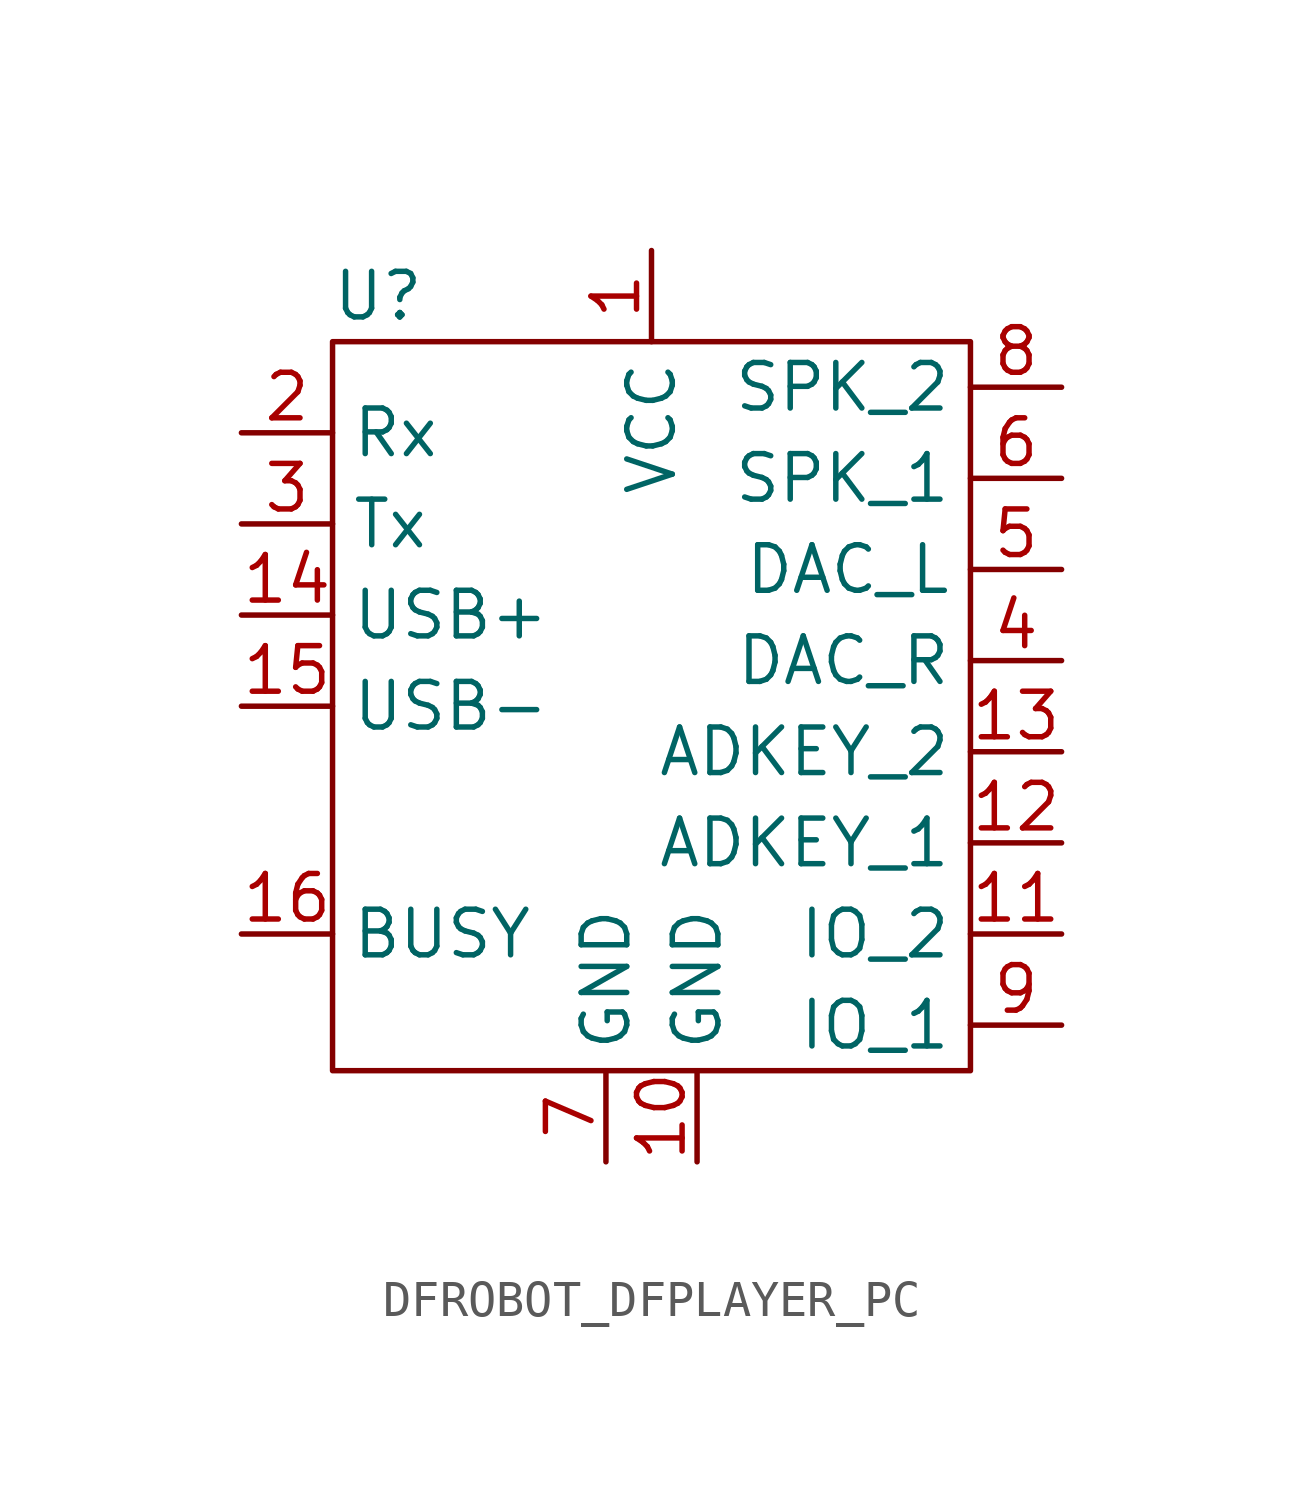
<source format=kicad_sym>
(kicad_symbol_lib
  (version 20220914)
  (generator kicad_symbol_editor)
  (symbol "DFROBOT_DFPLAYER_PC"
    (property "Reference" "U"
      (at -7.62 11.43 0)
      (effects (font (size 1.27 1.27))))
    (property "Value" ""
      (at 0.508 -12.7 0)
      (effects (font (size 1.27 1.27))))
    (symbol "DFROBOT_DFPLAYER_PC_1_1"
      (rectangle (start -8.89 10.16) (end 8.89 -10.16) (stroke (width 0) (type default)) (fill (type none)))
      (pin input line (at 0 12.7 270) (length 2.54) (name "VCC" (effects (font (size 1.27 1.27)))) (number "1" (effects (font (size 1.27 1.27)))))
      (pin input line (at 1.27 -12.7 90) (length 2.54) (name "GND" (effects (font (size 1.27 1.27)))) (number "10" (effects (font (size 1.27 1.27)))))
      (pin input line (at 11.43 -6.35 180) (length 2.54) (name "IO_2" (effects (font (size 1.27 1.27)))) (number "11" (effects (font (size 1.27 1.27)))))
      (pin input line (at 11.43 -3.81 180) (length 2.54) (name "ADKEY_1" (effects (font (size 1.27 1.27)))) (number "12" (effects (font (size 1.27 1.27)))))
      (pin input line (at 11.43 -1.27 180) (length 2.54) (name "ADKEY_2" (effects (font (size 1.27 1.27)))) (number "13" (effects (font (size 1.27 1.27)))))
      (pin input line (at -11.43 2.54 0) (length 2.54) (name "USB+" (effects (font (size 1.27 1.27)))) (number "14" (effects (font (size 1.27 1.27)))))
      (pin input line (at -11.43 0 0) (length 2.54) (name "USB-" (effects (font (size 1.27 1.27)))) (number "15" (effects (font (size 1.27 1.27)))))
      (pin input line (at -11.43 -6.35 0) (length 2.54) (name "BUSY" (effects (font (size 1.27 1.27)))) (number "16" (effects (font (size 1.27 1.27)))))
      (pin input line (at -11.43 7.62 0) (length 2.54) (name "Rx" (effects (font (size 1.27 1.27)))) (number "2" (effects (font (size 1.27 1.27)))))
      (pin input line (at -11.43 5.08 0) (length 2.54) (name "Tx" (effects (font (size 1.27 1.27)))) (number "3" (effects (font (size 1.27 1.27)))))
      (pin input line (at 11.43 1.27 180) (length 2.54) (name "DAC_R" (effects (font (size 1.27 1.27)))) (number "4" (effects (font (size 1.27 1.27)))))
      (pin input line (at 11.43 3.81 180) (length 2.54) (name "DAC_L" (effects (font (size 1.27 1.27)))) (number "5" (effects (font (size 1.27 1.27)))))
      (pin input line (at 11.43 6.35 180) (length 2.54) (name "SPK_1" (effects (font (size 1.27 1.27)))) (number "6" (effects (font (size 1.27 1.27)))))
      (pin input line (at -1.27 -12.7 90) (length 2.54) (name "GND" (effects (font (size 1.27 1.27)))) (number "7" (effects (font (size 1.27 1.27)))))
      (pin input line (at 11.43 8.89 180) (length 2.54) (name "SPK_2" (effects (font (size 1.27 1.27)))) (number "8" (effects (font (size 1.27 1.27)))))
      (pin input line (at 11.43 -8.89 180) (length 2.54) (name "IO_1" (effects (font (size 1.27 1.27)))) (number "9" (effects (font (size 1.27 1.27))))))))
</source>
